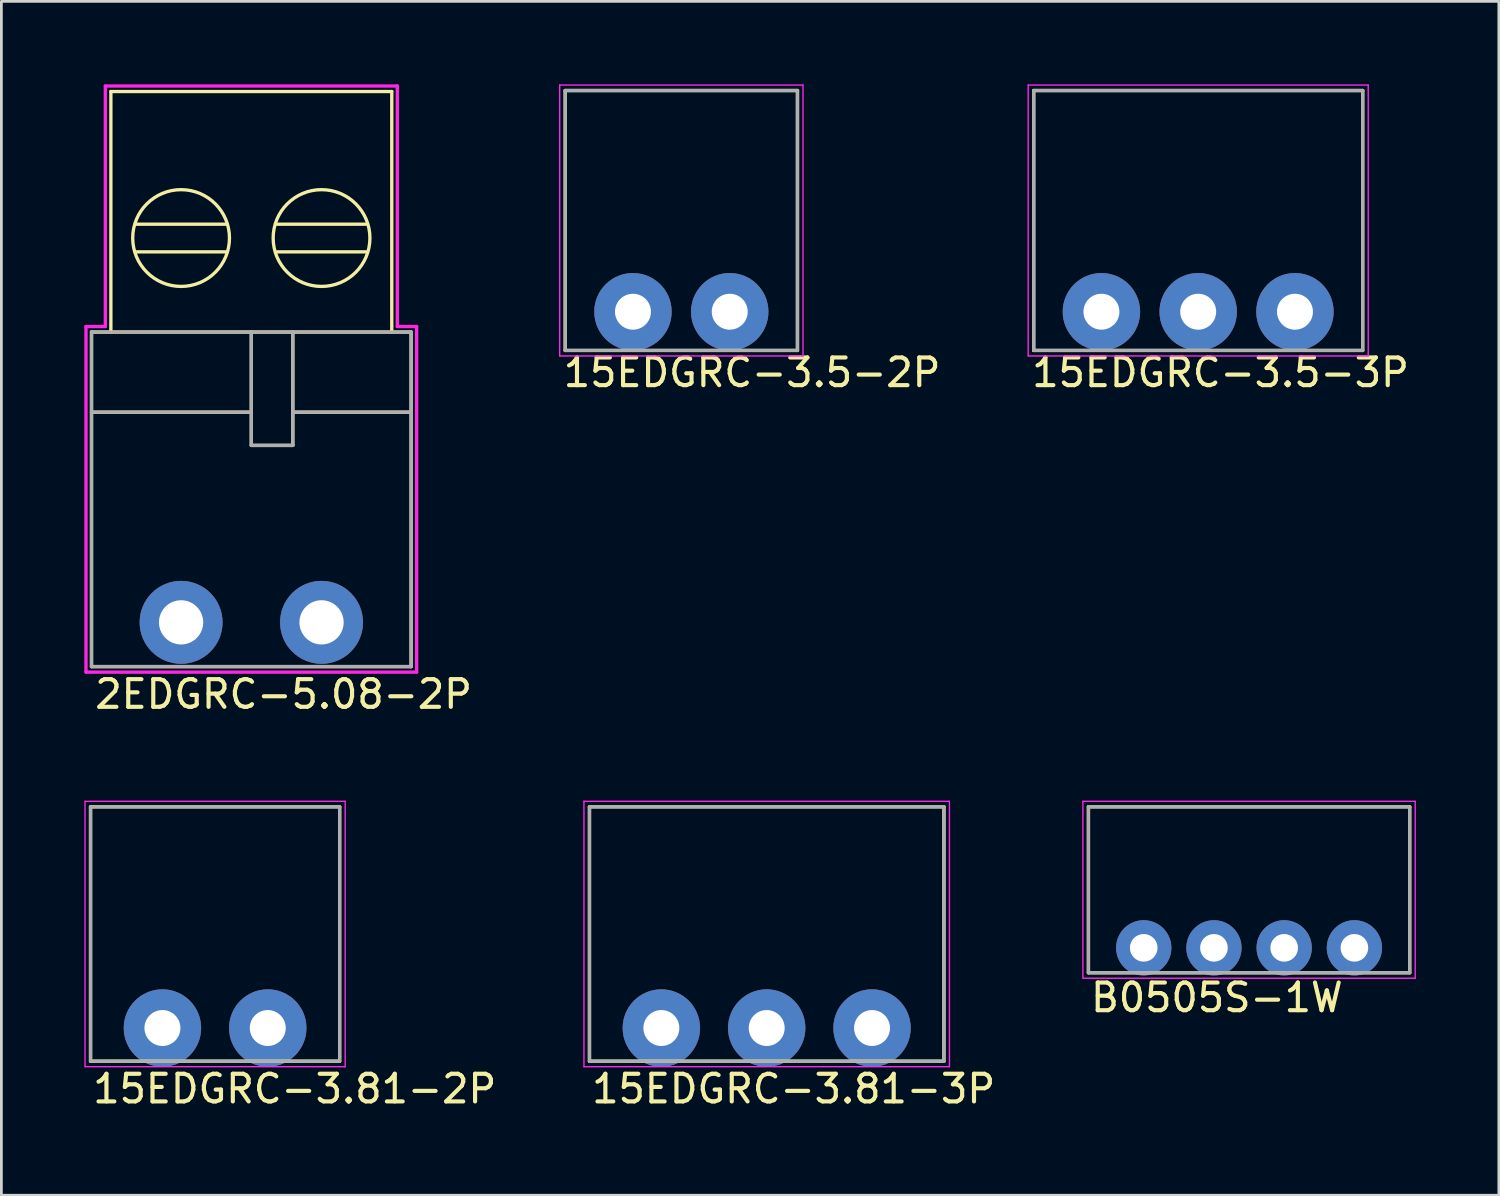
<source format=kicad_pcb>
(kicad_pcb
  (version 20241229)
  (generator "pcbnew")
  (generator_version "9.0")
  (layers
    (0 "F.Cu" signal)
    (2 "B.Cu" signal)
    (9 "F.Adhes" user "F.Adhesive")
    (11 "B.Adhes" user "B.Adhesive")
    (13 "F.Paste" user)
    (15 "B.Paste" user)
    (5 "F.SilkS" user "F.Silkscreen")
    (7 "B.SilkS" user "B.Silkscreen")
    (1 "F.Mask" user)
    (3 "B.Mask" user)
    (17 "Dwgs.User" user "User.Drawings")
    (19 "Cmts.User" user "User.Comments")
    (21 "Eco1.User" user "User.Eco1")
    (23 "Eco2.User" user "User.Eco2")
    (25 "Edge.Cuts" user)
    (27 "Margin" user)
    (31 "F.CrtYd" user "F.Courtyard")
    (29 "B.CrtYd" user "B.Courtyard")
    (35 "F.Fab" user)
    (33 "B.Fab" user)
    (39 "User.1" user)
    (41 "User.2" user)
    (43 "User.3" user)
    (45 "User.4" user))
  (footprint "2EDGRC-5.08-2P"
    (layer "F.Cu")
    (at 3.5 19.46)
    (property "Reference" "2EDGRC-5.08-2P" (at -3.2 2.6 0) (layer "F.SilkS") (effects (font (size 1 1) (thickness 0.15)) (justify left)))
    (attr through_hole)
    (fp_line (start -3.24 -10.5) (end -3.24 1.6) (stroke (width 0.12) (type solid)) (layer "F.SilkS"))
    (fp_line (start -3.24 -10.5) (end 8.32 -10.5) (stroke (width 0.12) (type solid)) (layer "F.SilkS"))
    (fp_line (start -3.24 1.6) (end 8.32 1.6) (stroke (width 0.12) (type solid)) (layer "F.SilkS"))
    (fp_line (start -2.54 -19.2) (end 7.62 -19.2) (stroke (width 0.12) (type solid)) (layer "F.SilkS"))
    (fp_line (start -2.54 -10.5) (end -2.54 -19.2) (stroke (width 0.12) (type solid)) (layer "F.SilkS"))
    (fp_line (start -1.6 -14.4) (end 1.6 -14.4) (stroke (width 0.12) (type solid)) (layer "F.SilkS"))
    (fp_line (start -1.6 -13.4) (end 1.6 -13.4) (stroke (width 0.12) (type solid)) (layer "F.SilkS"))
    (fp_line (start 2.54 -10.5) (end 2.54 -6.4) (stroke (width 0.12) (type solid)) (layer "F.SilkS"))
    (fp_line (start 2.54 -7.6) (end -3.24 -7.6) (stroke (width 0.12) (type solid)) (layer "F.SilkS"))
    (fp_line (start 2.54 -6.4) (end 4.04 -6.4) (stroke (width 0.12) (type solid)) (layer "F.SilkS"))
    (fp_line (start 3.48 -14.4) (end 6.68 -14.4) (stroke (width 0.12) (type solid)) (layer "F.SilkS"))
    (fp_line (start 3.48 -13.4) (end 6.68 -13.4) (stroke (width 0.12) (type solid)) (layer "F.SilkS"))
    (fp_line (start 4.04 -10.5) (end 4.04 -6.4) (stroke (width 0.12) (type solid)) (layer "F.SilkS"))
    (fp_line (start 7.62 -10.5) (end 7.62 -19.2) (stroke (width 0.12) (type solid)) (layer "F.SilkS"))
    (fp_line (start 8.32 -10.5) (end 8.32 1.6) (stroke (width 0.12) (type solid)) (layer "F.SilkS"))
    (fp_line (start 8.32 -7.6) (end 4.04 -7.6) (stroke (width 0.12) (type solid)) (layer "F.SilkS"))
    (fp_circle (center 0 -13.9) (end 1.75 -13.9) (stroke (width 0.12) (type solid)) (fill no) (layer "F.SilkS"))
    (fp_circle (center 5.08 -13.9) (end 6.83 -13.9) (stroke (width 0.12) (type solid)) (fill no) (layer "F.SilkS"))
    (fp_line (start -3.44 1.8) (end -3.44 -10.7) (stroke (width 0.12) (type solid)) (layer "F.CrtYd"))
    (fp_line (start -3.44 1.8) (end 8.52 1.8) (stroke (width 0.12) (type solid)) (layer "F.CrtYd"))
    (fp_line (start -2.74 -19.4) (end -2.74 -10.7) (stroke (width 0.12) (type solid)) (layer "F.CrtYd"))
    (fp_line (start -2.74 -10.7) (end -3.44 -10.7) (stroke (width 0.12) (type solid)) (layer "F.CrtYd"))
    (fp_line (start 7.82 -19.4) (end -2.74 -19.4) (stroke (width 0.12) (type solid)) (layer "F.CrtYd"))
    (fp_line (start 7.82 -10.7) (end 7.82 -19.4) (stroke (width 0.12) (type solid)) (layer "F.CrtYd"))
    (fp_line (start 8.52 -10.7) (end 7.82 -10.7) (stroke (width 0.12) (type solid)) (layer "F.CrtYd"))
    (fp_line (start 8.52 1.8) (end 8.52 -10.7) (stroke (width 0.12) (type solid)) (layer "F.CrtYd"))
    (fp_line (start -3.24 -10.5) (end -3.24 1.6) (stroke (width 0.12) (type solid)) (layer "F.Fab"))
    (fp_line (start -3.24 -10.5) (end 8.32 -10.5) (stroke (width 0.12) (type solid)) (layer "F.Fab"))
    (fp_line (start -3.24 1.6) (end 8.32 1.6) (stroke (width 0.12) (type solid)) (layer "F.Fab"))
    (fp_line (start 2.54 -10.5) (end 2.54 -6.4) (stroke (width 0.12) (type solid)) (layer "F.Fab"))
    (fp_line (start 2.54 -7.6) (end -3.24 -7.6) (stroke (width 0.12) (type solid)) (layer "F.Fab"))
    (fp_line (start 2.54 -6.4) (end 4.04 -6.4) (stroke (width 0.12) (type solid)) (layer "F.Fab"))
    (fp_line (start 4.04 -10.5) (end 4.04 -6.4) (stroke (width 0.12) (type solid)) (layer "F.Fab"))
    (fp_line (start 8.32 -10.5) (end 8.32 1.6) (stroke (width 0.12) (type solid)) (layer "F.Fab"))
    (fp_line (start 8.32 -7.6) (end 4.04 -7.6) (stroke (width 0.12) (type solid)) (layer "F.Fab"))
    (pad "1" thru_hole circle (at 0 0) (size 3 3) (drill 1.6) (layers "*.Cu" "*.Mask"))
    (pad "2" thru_hole circle (at 5.08 0) (size 3 3) (drill 1.6) (layers "*.Cu" "*.Mask")))
  (footprint "15EDGRC-3.81-3P"
    (layer "F.Cu")
    (at 20.871 34.133)
    (property "Reference" "15EDGRC-3.81-3P" (at -2.6 2.2 0) (layer "F.SilkS") (effects (font (size 1 1) (thickness 0.15)) (justify left)))
    (attr through_hole)
    (fp_line (start -2.6 -8) (end -2.6 1.2) (stroke (width 0.12) (type solid)) (layer "F.SilkS"))
    (fp_line (start -2.6 -8) (end 10.22 -8) (stroke (width 0.12) (type solid)) (layer "F.SilkS"))
    (fp_line (start -2.6 1.2) (end 10.22 1.2) (stroke (width 0.12) (type solid)) (layer "F.SilkS"))
    (fp_line (start 10.22 -8) (end 10.22 1.2) (stroke (width 0.12) (type solid)) (layer "F.SilkS"))
    (fp_line (start -2.8 1.4) (end -2.8 -8.2) (stroke (width 0.05) (type solid)) (layer "F.CrtYd"))
    (fp_line (start -2.8 1.4) (end 10.42 1.4) (stroke (width 0.05) (type solid)) (layer "F.CrtYd"))
    (fp_line (start 10.42 -8.2) (end -2.8 -8.2) (stroke (width 0.05) (type solid)) (layer "F.CrtYd"))
    (fp_line (start 10.42 -8.2) (end 10.42 1.4) (stroke (width 0.05) (type solid)) (layer "F.CrtYd"))
    (fp_line (start -2.6 -8) (end 10.22 -8) (stroke (width 0.12) (type solid)) (layer "F.Fab"))
    (fp_line (start -2.6 1.2) (end -2.6 -8) (stroke (width 0.12) (type solid)) (layer "F.Fab"))
    (fp_line (start -2.6 1.2) (end 10.22 1.2) (stroke (width 0.12) (type solid)) (layer "F.Fab"))
    (fp_line (start 10.22 1.2) (end 10.22 -8) (stroke (width 0.12) (type solid)) (layer "F.Fab"))
    (pad "1" thru_hole circle (at 0 0) (size 2.8 2.8) (drill 1.3) (layers "*.Cu" "*.Mask"))
    (pad "2" thru_hole circle (at 3.81 0) (size 2.8 2.8) (drill 1.3) (layers "*.Cu" "*.Mask"))
    (pad "3" thru_hole circle (at 7.62 0) (size 2.8 2.8) (drill 1.3) (layers "*.Cu" "*.Mask")))
  (footprint "15EDGRC-3.5-2P"
    (layer "F.Cu")
    (at 19.844 8.225)
    (property "Reference" "15EDGRC-3.5-2P" (at -2.6 2.2 0) (layer "F.SilkS") (effects (font (size 1 1) (thickness 0.15)) (justify left)))
    (attr through_hole)
    (fp_line (start -2.45 -8) (end -2.45 1.4) (stroke (width 0.12) (type solid)) (layer "F.SilkS"))
    (fp_line (start -2.45 -8) (end 5.95 -8) (stroke (width 0.12) (type solid)) (layer "F.SilkS"))
    (fp_line (start 5.95 -8) (end 5.95 1.4) (stroke (width 0.12) (type solid)) (layer "F.SilkS"))
    (fp_line (start 5.95 1.4) (end -2.45 1.4) (stroke (width 0.12) (type solid)) (layer "F.SilkS"))
    (fp_line (start -2.65 1.6) (end -2.65 -8.2) (stroke (width 0.05) (type solid)) (layer "F.CrtYd"))
    (fp_line (start -2.65 1.6) (end 6.15 1.6) (stroke (width 0.05) (type solid)) (layer "F.CrtYd"))
    (fp_line (start 6.15 -8.2) (end -2.65 -8.2) (stroke (width 0.05) (type solid)) (layer "F.CrtYd"))
    (fp_line (start 6.15 -8.2) (end 6.15 1.6) (stroke (width 0.05) (type solid)) (layer "F.CrtYd"))
    (fp_line (start -2.45 -8) (end -2.45 1.4) (stroke (width 0.12) (type solid)) (layer "F.Fab"))
    (fp_line (start -2.45 1.4) (end 5.95 1.4) (stroke (width 0.12) (type solid)) (layer "F.Fab"))
    (fp_line (start 5.95 -8) (end -2.45 -8) (stroke (width 0.12) (type solid)) (layer "F.Fab"))
    (fp_line (start 5.95 1.4) (end 5.95 -8) (stroke (width 0.12) (type solid)) (layer "F.Fab"))
    (pad "1" thru_hole circle (at 0 0) (size 2.8 2.8) (drill 1.3) (layers "*.Cu" "*.Mask"))
    (pad "2" thru_hole circle (at 3.5 0) (size 2.8 2.8) (drill 1.3) (layers "*.Cu" "*.Mask")))
  (footprint "B0505S-1W"
    (layer "F.Cu")
    (at 38.318 31.233)
    (property "Reference" "B0505S-1W" (at -2 1.8 0) (layer "F.SilkS") (effects (font (size 1 1) (thickness 0.15)) (justify left)))
    (attr through_hole)
    (fp_line (start -2 -5.1) (end -2 0.9) (stroke (width 0.12) (type solid)) (layer "F.SilkS"))
    (fp_line (start -2 -5.1) (end 9.62 -5.1) (stroke (width 0.12) (type solid)) (layer "F.SilkS"))
    (fp_line (start -2 0.9) (end 9.62 0.9) (stroke (width 0.12) (type solid)) (layer "F.SilkS"))
    (fp_line (start 9.62 -5.1) (end 9.62 0.9) (stroke (width 0.12) (type solid)) (layer "F.SilkS"))
    (fp_line (start -2.2 -5.3) (end -2.2 1.1) (stroke (width 0.05) (type solid)) (layer "F.CrtYd"))
    (fp_line (start -2.2 -5.3) (end 9.82 -5.3) (stroke (width 0.05) (type solid)) (layer "F.CrtYd"))
    (fp_line (start 9.82 -5.3) (end 9.82 1.1) (stroke (width 0.05) (type solid)) (layer "F.CrtYd"))
    (fp_line (start 9.82 1.1) (end -2.2 1.1) (stroke (width 0.05) (type solid)) (layer "F.CrtYd"))
    (fp_line (start -2 -5.1) (end 9.62 -5.1) (stroke (width 0.12) (type solid)) (layer "F.Fab"))
    (fp_line (start -2 0.9) (end -2 -5.1) (stroke (width 0.12) (type solid)) (layer "F.Fab"))
    (fp_line (start 9.62 -5.1) (end 9.62 0.9) (stroke (width 0.12) (type solid)) (layer "F.Fab"))
    (fp_line (start 9.62 0.9) (end -2 0.9) (stroke (width 0.12) (type solid)) (layer "F.Fab"))
    (pad "1" thru_hole circle (at 0 0) (size 2 2) (drill 1) (layers "*.Cu" "*.Mask"))
    (pad "2" thru_hole circle (at 2.54 0) (size 2 2) (drill 1) (layers "*.Cu" "*.Mask"))
    (pad "3" thru_hole circle (at 5.08 0) (size 2 2) (drill 1) (layers "*.Cu" "*.Mask"))
    (pad "4" thru_hole circle (at 7.62 0) (size 2 2) (drill 1) (layers "*.Cu" "*.Mask")))
  (footprint "15EDGRC-3.5-3P"
    (layer "F.Cu")
    (at 36.788 8.225)
    (property "Reference" "15EDGRC-3.5-3P" (at -2.6 2.2 0) (layer "F.SilkS") (effects (font (size 1 1) (thickness 0.15)) (justify left)))
    (attr through_hole)
    (fp_line (start -2.45 -8) (end -2.45 1.4) (stroke (width 0.12) (type solid)) (layer "F.SilkS"))
    (fp_line (start -2.45 -8) (end 9.45 -8) (stroke (width 0.12) (type solid)) (layer "F.SilkS"))
    (fp_line (start 9.45 -8) (end 9.45 1.4) (stroke (width 0.12) (type solid)) (layer "F.SilkS"))
    (fp_line (start 9.45 1.4) (end -2.45 1.4) (stroke (width 0.12) (type solid)) (layer "F.SilkS"))
    (fp_line (start -2.65 1.6) (end -2.65 -8.2) (stroke (width 0.05) (type solid)) (layer "F.CrtYd"))
    (fp_line (start -2.65 1.6) (end 9.65 1.6) (stroke (width 0.05) (type solid)) (layer "F.CrtYd"))
    (fp_line (start 9.65 -8.2) (end -2.65 -8.2) (stroke (width 0.05) (type solid)) (layer "F.CrtYd"))
    (fp_line (start 9.65 -8.2) (end 9.65 1.6) (stroke (width 0.05) (type solid)) (layer "F.CrtYd"))
    (fp_line (start -2.45 -8) (end -2.45 1.4) (stroke (width 0.12) (type solid)) (layer "F.Fab"))
    (fp_line (start -2.45 1.4) (end 9.45 1.4) (stroke (width 0.12) (type solid)) (layer "F.Fab"))
    (fp_line (start 9.45 -8) (end -2.45 -8) (stroke (width 0.12) (type solid)) (layer "F.Fab"))
    (fp_line (start 9.45 1.4) (end 9.45 -8) (stroke (width 0.12) (type solid)) (layer "F.Fab"))
    (pad "1" thru_hole circle (at 0 0) (size 2.8 2.8) (drill 1.3) (layers "*.Cu" "*.Mask"))
    (pad "2" thru_hole circle (at 3.5 0) (size 2.8 2.8) (drill 1.3) (layers "*.Cu" "*.Mask"))
    (pad "3" thru_hole circle (at 7 0) (size 2.8 2.8) (drill 1.3) (layers "*.Cu" "*.Mask")))
  (footprint "15EDGRC-3.81-2P"
    (layer "F.Cu")
    (at 2.825 34.133)
    (property "Reference" "15EDGRC-3.81-2P" (at -2.6 2.2 0) (layer "F.SilkS") (effects (font (size 1 1) (thickness 0.15)) (justify left)))
    (attr through_hole)
    (fp_line (start -2.6 -8) (end -2.6 1.2) (stroke (width 0.12) (type solid)) (layer "F.SilkS"))
    (fp_line (start -2.6 -8) (end 6.41 -8) (stroke (width 0.12) (type solid)) (layer "F.SilkS"))
    (fp_line (start -2.6 1.2) (end 6.4 1.2) (stroke (width 0.12) (type solid)) (layer "F.SilkS"))
    (fp_line (start 6.41 -8) (end 6.41 1.2) (stroke (width 0.12) (type solid)) (layer "F.SilkS"))
    (fp_line (start -2.8 1.4) (end -2.8 -8.2) (stroke (width 0.05) (type solid)) (layer "F.CrtYd"))
    (fp_line (start -2.8 1.4) (end 6.61 1.4) (stroke (width 0.05) (type solid)) (layer "F.CrtYd"))
    (fp_line (start 6.61 -8.2) (end -2.8 -8.2) (stroke (width 0.05) (type solid)) (layer "F.CrtYd"))
    (fp_line (start 6.61 -8.2) (end 6.61 1.4) (stroke (width 0.05) (type solid)) (layer "F.CrtYd"))
    (fp_line (start -2.6 -8) (end -2.6 1.2) (stroke (width 0.12) (type solid)) (layer "F.Fab"))
    (fp_line (start -2.6 1.2) (end 6.41 1.2) (stroke (width 0.12) (type solid)) (layer "F.Fab"))
    (fp_line (start 6.41 -8) (end -2.6 -8) (stroke (width 0.12) (type solid)) (layer "F.Fab"))
    (fp_line (start 6.41 1.2) (end 6.41 -8) (stroke (width 0.12) (type solid)) (layer "F.Fab"))
    (pad "1" thru_hole circle (at 0 0) (size 2.8 2.8) (drill 1.3) (layers "*.Cu" "*.Mask"))
    (pad "2" thru_hole circle (at 3.81 0) (size 2.8 2.8) (drill 1.3) (layers "*.Cu" "*.Mask")))
  (gr_rect
    (start -3 -3)
    (end 51.163 40.181)
    (stroke (width 0.1) (type default))
    (fill no)
    (layer "Edge.Cuts")))
</source>
